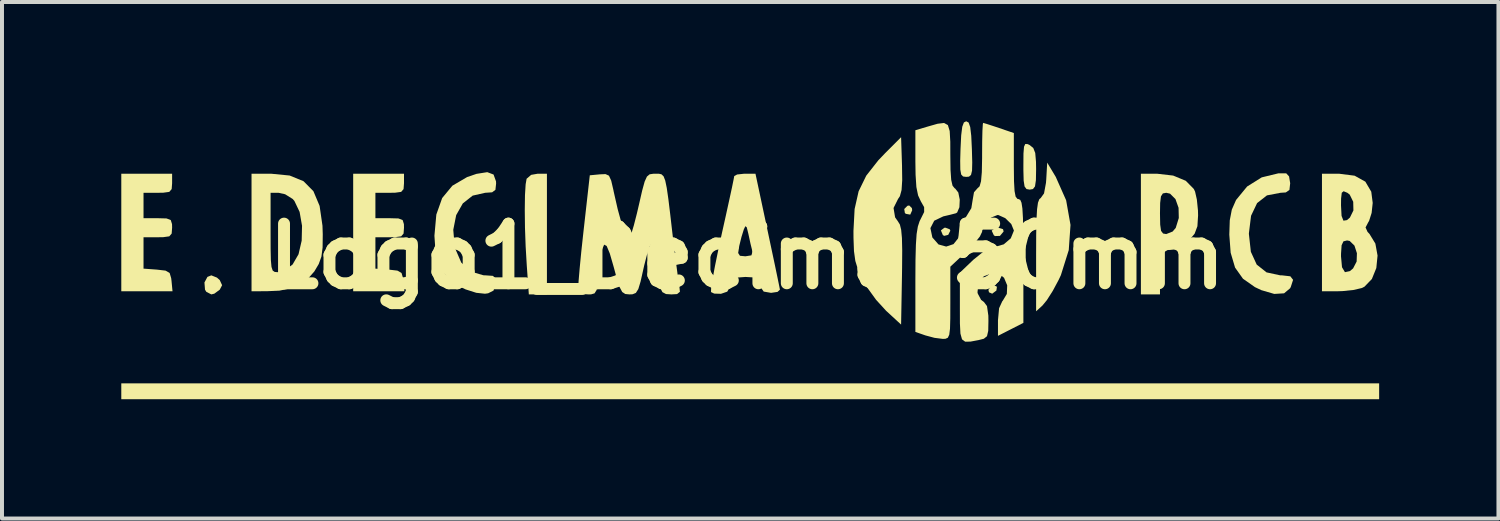
<source format=kicad_pcb>
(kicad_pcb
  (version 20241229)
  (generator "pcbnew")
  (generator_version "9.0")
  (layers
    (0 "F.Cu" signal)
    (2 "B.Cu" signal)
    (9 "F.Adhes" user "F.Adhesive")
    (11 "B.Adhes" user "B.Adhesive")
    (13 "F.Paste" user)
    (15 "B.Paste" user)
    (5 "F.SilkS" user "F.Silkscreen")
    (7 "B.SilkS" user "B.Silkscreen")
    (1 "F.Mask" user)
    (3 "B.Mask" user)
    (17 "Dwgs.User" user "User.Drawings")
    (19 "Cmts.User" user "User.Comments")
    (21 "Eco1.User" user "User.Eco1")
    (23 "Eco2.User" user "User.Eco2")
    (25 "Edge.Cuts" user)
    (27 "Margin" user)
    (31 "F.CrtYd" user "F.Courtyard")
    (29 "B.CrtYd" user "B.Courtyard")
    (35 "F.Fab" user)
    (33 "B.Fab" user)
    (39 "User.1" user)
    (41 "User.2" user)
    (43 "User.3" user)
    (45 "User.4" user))
  (footprint "Logo1_Decima 50mm"
    (layer "F.Cu")
    (at 15.735 3.395)
    (property "Reference" "Logo1_Decima 50mm" (at 0 0 0) (layer "F.SilkS") (effects (font (size 1.5 1.5) (thickness 0.3))))
    (attr board_only exclude_from_pos_files exclude_from_bom)
    (fp_poly (pts (xy 6.284 0.765) (xy 6.27 0.861) (xy 6.165 0.94) (xy 6.084 0.905) (xy 6.07 0.845) (xy 6.135 0.735) (xy 6.197 0.719)) (stroke (width 0) (type solid)) (fill yes) (layer "F.SilkS"))
    (fp_poly (pts (xy 4.145 -1.213) (xy 4.153 -1.158) (xy 4.104 -1.048) (xy 3.994 -1.068) (xy 3.969 -1.089) (xy 3.953 -1.189) (xy 4.034 -1.27) (xy 4.078 -1.278)) (stroke (width 0) (type solid)) (fill yes) (layer "F.SilkS"))
    (fp_poly (pts (xy 5.098 -0.678) (xy 5.112 -0.644) (xy 5.059 -0.539) (xy 4.957 -0.514) (xy 4.923 -0.535) (xy 4.875 -0.651) (xy 4.96 -0.717) (xy 4.992 -0.719)) (stroke (width 0) (type solid)) (fill yes) (layer "F.SilkS"))
    (fp_poly (pts (xy 6.437 -0.682) (xy 6.452 -0.624) (xy 6.359 -0.513) (xy 6.234 -0.509) (xy 6.205 -0.531) (xy 6.152 -0.645) (xy 6.242 -0.712) (xy 6.317 -0.719)) (stroke (width 0) (type solid)) (fill yes) (layer "F.SilkS"))
    (fp_poly (pts (xy 15.895 3.395) (xy 15.895 3.594) (xy 0.08 3.594) (xy -15.735 3.594) (xy -15.735 3.395) (xy -15.735 3.195) (xy 0.08 3.195) (xy 15.895 3.195)) (stroke (width 0) (type solid)) (fill yes) (layer "F.SilkS"))
    (fp_poly (pts (xy -13.329 0.536) (xy -13.259 0.599) (xy -13.2 0.727) (xy -13.259 0.839) (xy -13.396 0.94) (xy -13.471 0.958) (xy -13.596 0.894) (xy -13.63 0.839) (xy -13.644 0.658) (xy -13.569 0.518) (xy -13.471 0.479)) (stroke (width 0) (type solid)) (fill yes) (layer "F.SilkS"))
    (fp_poly (pts (xy -5.032 -0.559) (xy -5.032 0.958) (xy -5.26 0.958) (xy -5.487 0.958) (xy -5.539 0.227) (xy -5.567 -0.249) (xy -5.584 -0.723) (xy -5.589 -1.163) (xy -5.584 -1.537) (xy -5.567 -1.812) (xy -5.543 -1.95) (xy -5.429 -2.048) (xy -5.263 -2.077) (xy -5.032 -2.077)) (stroke (width 0) (type solid)) (fill yes) (layer "F.SilkS"))
    (fp_poly (pts (xy 5.572 -3.363) (xy 5.612 -3.251) (xy 5.638 -3.031) (xy 5.654 -2.696) (xy 5.663 -2.361) (xy 5.658 -2.154) (xy 5.632 -2.046) (xy 5.581 -2.003) (xy 5.511 -1.997) (xy 5.432 -2.007) (xy 5.385 -2.057) (xy 5.363 -2.179) (xy 5.36 -2.403) (xy 5.368 -2.696) (xy 5.385 -3.043) (xy 5.412 -3.258) (xy 5.453 -3.366) (xy 5.511 -3.395)) (stroke (width 0) (type solid)) (fill yes) (layer "F.SilkS"))
    (fp_poly (pts (xy 7.058 -2.821) (xy 7.109 -2.796) (xy 7.198 -2.723) (xy 7.247 -2.598) (xy 7.266 -2.378) (xy 7.269 -2.194) (xy 7.264 -1.914) (xy 7.241 -1.758) (xy 7.19 -1.691) (xy 7.109 -1.677) (xy 7.027 -1.691) (xy 6.979 -1.756) (xy 6.956 -1.903) (xy 6.949 -2.167) (xy 6.949 -2.279) (xy 6.951 -2.583) (xy 6.965 -2.756) (xy 6.997 -2.825)) (stroke (width 0) (type solid)) (fill yes) (layer "F.SilkS"))
    (fp_poly (pts (xy 7.763 -1.997) (xy 8.024 -1.409) (xy 8.134 -0.789) (xy 8.09 -0.156) (xy 7.892 0.474) (xy 7.836 0.593) (xy 7.688 0.869) (xy 7.539 1.103) (xy 7.43 1.236) (xy 7.269 1.383) (xy 7.269 -0.019) (xy 7.271 -0.539) (xy 7.278 -0.92) (xy 7.293 -1.183) (xy 7.316 -1.348) (xy 7.35 -1.437) (xy 7.384 -1.465) (xy 7.468 -1.581) (xy 7.517 -1.846) (xy 7.524 -1.933) (xy 7.548 -2.356)) (stroke (width 0) (type solid)) (fill yes) (layer "F.SilkS"))
    (fp_poly (pts (xy 3.897 -2.286) (xy 3.902 -1.914) (xy 3.886 -1.667) (xy 3.844 -1.512) (xy 3.797 -1.441) (xy 3.684 -1.215) (xy 3.723 -0.98) (xy 3.796 -0.876) (xy 3.844 -0.797) (xy 3.876 -0.666) (xy 3.895 -0.459) (xy 3.902 -0.151) (xy 3.899 0.282) (xy 3.896 0.488) (xy 3.874 1.717) (xy 3.496 1.369) (xy 3.245 1.094) (xy 3.008 0.766) (xy 2.897 0.57) (xy 2.789 0.331) (xy 2.723 0.116) (xy 2.689 -0.13) (xy 2.677 -0.459) (xy 2.676 -0.639) (xy 2.705 -1.188) (xy 2.806 -1.635) (xy 2.998 -2.028) (xy 3.302 -2.415) (xy 3.475 -2.596) (xy 3.874 -2.995)) (stroke (width 0) (type solid)) (fill yes) (layer "F.SilkS"))
    (fp_poly (pts (xy -14.457 -1.837) (xy -14.468 -1.69) (xy -14.528 -1.62) (xy -14.681 -1.599) (xy -14.817 -1.597) (xy -15.176 -1.597) (xy -15.176 -1.278) (xy -15.176 -0.958) (xy -14.817 -0.958) (xy -14.596 -0.952) (xy -14.491 -0.911) (xy -14.459 -0.809) (xy -14.457 -0.719) (xy -14.468 -0.572) (xy -14.528 -0.502) (xy -14.681 -0.481) (xy -14.817 -0.479) (xy -15.176 -0.479) (xy -15.176 -0.084) (xy -15.176 0.31) (xy -14.837 0.335) (xy -14.622 0.36) (xy -14.519 0.42) (xy -14.48 0.552) (xy -14.472 0.619) (xy -14.447 0.879) (xy -15.091 0.879) (xy -15.735 0.879) (xy -15.735 -0.599) (xy -15.735 -2.077) (xy -15.096 -2.077) (xy -14.457 -2.077)) (stroke (width 0) (type solid)) (fill yes) (layer "F.SilkS"))
    (fp_poly (pts (xy -8.626 -1.837) (xy -8.637 -1.69) (xy -8.697 -1.62) (xy -8.85 -1.599) (xy -8.986 -1.597) (xy -9.345 -1.597) (xy -9.345 -1.278) (xy -9.345 -0.958) (xy -8.986 -0.958) (xy -8.765 -0.952) (xy -8.66 -0.911) (xy -8.628 -0.809) (xy -8.626 -0.719) (xy -8.637 -0.572) (xy -8.697 -0.502) (xy -8.85 -0.481) (xy -8.986 -0.479) (xy -9.345 -0.479) (xy -9.345 -0.084) (xy -9.345 0.31) (xy -9.006 0.335) (xy -8.791 0.36) (xy -8.688 0.42) (xy -8.649 0.552) (xy -8.641 0.619) (xy -8.616 0.879) (xy -9.26 0.879) (xy -9.904 0.879) (xy -9.904 -0.599) (xy -9.904 -2.077) (xy -9.265 -2.077) (xy -8.626 -2.077)) (stroke (width 0) (type solid)) (fill yes) (layer "F.SilkS"))
    (fp_poly (pts (xy -6.374 -2.056) (xy -6.312 -1.884) (xy -6.31 -1.829) (xy -6.327 -1.672) (xy -6.41 -1.609) (xy -6.585 -1.597) (xy -6.899 -1.526) (xy -7.147 -1.33) (xy -7.314 -1.035) (xy -7.387 -0.666) (xy -7.352 -0.25) (xy -7.339 -0.196) (xy -7.187 0.156) (xy -6.947 0.384) (xy -6.629 0.477) (xy -6.574 0.479) (xy -6.39 0.492) (xy -6.322 0.555) (xy -6.325 0.699) (xy -6.375 0.862) (xy -6.51 0.93) (xy -6.59 0.941) (xy -6.808 0.918) (xy -7.077 0.832) (xy -7.187 0.781) (xy -7.509 0.566) (xy -7.719 0.29) (xy -7.831 -0.073) (xy -7.861 -0.517) (xy -7.813 -1.05) (xy -7.666 -1.465) (xy -7.41 -1.775) (xy -7.038 -1.993) (xy -6.803 -2.073) (xy -6.532 -2.116)) (stroke (width 0) (type solid)) (fill yes) (layer "F.SilkS"))
    (fp_poly (pts (xy 13.559 -2.086) (xy 13.63 -2.009) (xy 13.658 -1.837) (xy 13.639 -1.669) (xy 13.548 -1.606) (xy 13.414 -1.597) (xy 13.074 -1.532) (xy 12.826 -1.338) (xy 12.674 -1.019) (xy 12.62 -0.579) (xy 12.62 -0.559) (xy 12.669 -0.113) (xy 12.816 0.208) (xy 13.063 0.404) (xy 13.41 0.479) (xy 13.454 0.479) (xy 13.662 0.503) (xy 13.731 0.592) (xy 13.674 0.768) (xy 13.656 0.804) (xy 13.504 0.931) (xy 13.257 0.946) (xy 12.932 0.851) (xy 12.772 0.775) (xy 12.471 0.564) (xy 12.272 0.284) (xy 12.161 -0.09) (xy 12.127 -0.546) (xy 12.139 -0.906) (xy 12.19 -1.173) (xy 12.294 -1.41) (xy 12.3 -1.42) (xy 12.575 -1.755) (xy 12.943 -1.985) (xy 13.364 -2.087)) (stroke (width 0) (type solid)) (fill yes) (layer "F.SilkS"))
    (fp_poly (pts (xy 10.715 -2.03) (xy 11.032 -1.899) (xy 11.234 -1.694) (xy 11.266 -1.628) (xy 11.311 -1.428) (xy 11.339 -1.153) (xy 11.342 -1.027) (xy 11.325 -0.756) (xy 11.255 -0.568) (xy 11.109 -0.393) (xy 10.836 -0.201) (xy 10.629 -0.16) (xy 10.384 -0.16) (xy 10.384 0.399) (xy 10.384 0.958) (xy 10.144 0.958) (xy 9.904 0.958) (xy 9.904 -0.559) (xy 9.904 -1.078) (xy 10.384 -1.078) (xy 10.389 -0.797) (xy 10.411 -0.64) (xy 10.462 -0.573) (xy 10.541 -0.559) (xy 10.702 -0.623) (xy 10.78 -0.714) (xy 10.857 -0.963) (xy 10.851 -1.22) (xy 10.773 -1.439) (xy 10.637 -1.575) (xy 10.541 -1.597) (xy 10.456 -1.581) (xy 10.408 -1.506) (xy 10.388 -1.34) (xy 10.384 -1.078) (xy 9.904 -1.078) (xy 9.904 -2.077) (xy 10.308 -2.077)) (stroke (width 0) (type solid)) (fill yes) (layer "F.SilkS"))
    (fp_poly (pts (xy -11.961 -2.076) (xy -11.501 -2.031) (xy -11.152 -1.888) (xy -10.904 -1.637) (xy -10.748 -1.267) (xy -10.676 -0.769) (xy -10.669 -0.553) (xy -10.673 -0.221) (xy -10.703 0.009) (xy -10.77 0.194) (xy -10.881 0.381) (xy -11.101 0.631) (xy -11.383 0.787) (xy -11.76 0.864) (xy -12.081 0.878) (xy -12.46 0.879) (xy -12.46 -0.599) (xy -11.981 -0.599) (xy -11.98 -0.185) (xy -11.974 0.095) (xy -11.958 0.267) (xy -11.928 0.358) (xy -11.878 0.393) (xy -11.803 0.399) (xy -11.795 0.399) (xy -11.612 0.343) (xy -11.429 0.207) (xy -11.427 0.205) (xy -11.278 -0.052) (xy -11.199 -0.393) (xy -11.19 -0.767) (xy -11.251 -1.117) (xy -11.382 -1.392) (xy -11.426 -1.442) (xy -11.617 -1.561) (xy -11.781 -1.597) (xy -11.981 -1.597) (xy -11.981 -0.599) (xy -12.46 -0.599) (xy -12.46 -2.077)) (stroke (width 0) (type solid)) (fill yes) (layer "F.SilkS"))
    (fp_poly (pts (xy 0.514 -0.659) (xy 0.611 -0.201) (xy 0.697 0.204) (xy 0.765 0.531) (xy 0.81 0.751) (xy 0.827 0.839) (xy 0.767 0.895) (xy 0.605 0.919) (xy 0.603 0.919) (xy 0.419 0.887) (xy 0.332 0.764) (xy 0.319 0.719) (xy 0.264 0.587) (xy 0.148 0.53) (xy -0.04 0.519) (xy -0.25 0.535) (xy -0.354 0.6) (xy -0.399 0.719) (xy -0.498 0.889) (xy -0.655 0.943) (xy -0.825 0.938) (xy -0.906 0.899) (xy -0.903 0.803) (xy -0.868 0.577) (xy -0.807 0.248) (xy -0.739 -0.083) (xy -0.223 -0.083) (xy -0.178 -0.013) (xy -0.041 0) (xy 0.11 -0.024) (xy 0.137 -0.113) (xy 0.131 -0.14) (xy 0.088 -0.313) (xy 0.038 -0.544) (xy 0.035 -0.559) (xy -0.007 -0.729) (xy -0.042 -0.757) (xy -0.08 -0.679) (xy -0.14 -0.486) (xy -0.196 -0.26) (xy -0.223 -0.083) (xy -0.739 -0.083) (xy -0.724 -0.158) (xy -0.636 -0.563) (xy -0.535 -1.015) (xy -0.448 -1.412) (xy -0.379 -1.729) (xy -0.336 -1.94) (xy -0.322 -2.017) (xy -0.25 -2.057) (xy -0.078 -2.076) (xy -0.054 -2.077) (xy 0.212 -2.077)) (stroke (width 0) (type solid)) (fill yes) (layer "F.SilkS"))
    (fp_poly (pts (xy 15.278 -2.027) (xy 15.548 -1.877) (xy 15.697 -1.624) (xy 15.733 -1.342) (xy 15.706 -1.091) (xy 15.642 -0.89) (xy 15.619 -0.852) (xy 15.553 -0.725) (xy 15.604 -0.613) (xy 15.651 -0.564) (xy 15.8 -0.32) (xy 15.855 -0.018) (xy 15.824 0.295) (xy 15.712 0.571) (xy 15.526 0.764) (xy 15.454 0.799) (xy 15.247 0.847) (xy 14.97 0.875) (xy 14.851 0.879) (xy 14.457 0.879) (xy 14.457 0) (xy 14.936 0) (xy 14.961 0.275) (xy 15.035 0.399) (xy 15.16 0.372) (xy 15.24 0.304) (xy 15.329 0.132) (xy 15.336 -0.078) (xy 15.274 -0.269) (xy 15.154 -0.386) (xy 15.088 -0.399) (xy 14.997 -0.376) (xy 14.951 -0.278) (xy 14.937 -0.07) (xy 14.936 0) (xy 14.457 0) (xy 14.457 -0.599) (xy 14.457 -1.281) (xy 14.936 -1.281) (xy 14.95 -1.016) (xy 14.997 -0.896) (xy 15.085 -0.91) (xy 15.16 -0.974) (xy 15.248 -1.154) (xy 15.243 -1.371) (xy 15.155 -1.551) (xy 15.096 -1.597) (xy 15.002 -1.636) (xy 14.955 -1.598) (xy 14.938 -1.453) (xy 14.936 -1.281) (xy 14.457 -1.281) (xy 14.457 -2.077) (xy 14.885 -2.077)) (stroke (width 0) (type solid)) (fill yes) (layer "F.SilkS"))
    (fp_poly (pts (xy -2.22 -2.077) (xy -2.152 -2.062) (xy -2.099 -2.012) (xy -2.057 -1.905) (xy -2.019 -1.721) (xy -1.978 -1.438) (xy -1.929 -1.034) (xy -1.879 -0.599) (xy -1.828 -0.175) (xy -1.779 0.209) (xy -1.738 0.517) (xy -1.708 0.711) (xy -1.703 0.739) (xy -1.688 0.892) (xy -1.759 0.95) (xy -1.902 0.958) (xy -2.038 0.949) (xy -2.128 0.901) (xy -2.188 0.784) (xy -2.232 0.571) (xy -2.273 0.232) (xy -2.279 0.18) (xy -2.316 -0.079) (xy -2.361 -0.259) (xy -2.4 -0.319) (xy -2.447 -0.247) (xy -2.512 -0.055) (xy -2.584 0.221) (xy -2.606 0.319) (xy -2.677 0.635) (xy -2.734 0.824) (xy -2.796 0.921) (xy -2.879 0.955) (xy -2.957 0.958) (xy -3.062 0.948) (xy -3.138 0.898) (xy -3.203 0.777) (xy -3.275 0.557) (xy -3.352 0.271) (xy -3.451 -0.071) (xy -3.53 -0.26) (xy -3.593 -0.293) (xy -3.645 -0.17) (xy -3.69 0.11) (xy -3.718 0.376) (xy -3.749 0.675) (xy -3.783 0.849) (xy -3.835 0.932) (xy -3.921 0.957) (xy -3.99 0.958) (xy -4.163 0.946) (xy -4.244 0.921) (xy -4.248 0.833) (xy -4.235 0.613) (xy -4.207 0.285) (xy -4.167 -0.125) (xy -4.118 -0.577) (xy -3.954 -2.037) (xy -3.701 -2.061) (xy -3.558 -2.067) (xy -3.472 -2.027) (xy -3.416 -1.904) (xy -3.36 -1.664) (xy -3.353 -1.627) (xy -3.253 -1.188) (xy -3.156 -0.833) (xy -3.068 -0.582) (xy -2.996 -0.454) (xy -2.958 -0.449) (xy -2.914 -0.553) (xy -2.847 -0.776) (xy -2.769 -1.08) (xy -2.718 -1.298) (xy -2.637 -1.652) (xy -2.575 -1.878) (xy -2.517 -2.005) (xy -2.449 -2.062) (xy -2.356 -2.076) (xy -2.311 -2.077)) (stroke (width 0) (type solid)) (fill yes) (layer "F.SilkS"))
    (fp_poly (pts (xy 6.02 -3.331) (xy 6.205 -3.271) (xy 6.336 -3.227) (xy 6.709 -3.1) (xy 6.709 -2.269) (xy 6.713 -1.888) (xy 6.727 -1.641) (xy 6.754 -1.501) (xy 6.799 -1.444) (xy 6.829 -1.438) (xy 6.871 -1.418) (xy 6.902 -1.346) (xy 6.924 -1.202) (xy 6.938 -0.966) (xy 6.946 -0.618) (xy 6.949 -0.139) (xy 6.949 0.118) (xy 6.949 1.674) (xy 6.63 1.837) (xy 6.31 2) (xy 6.31 1.609) (xy 6.338 1.306) (xy 6.419 1.129) (xy 6.43 1.118) (xy 6.533 0.946) (xy 6.542 0.73) (xy 6.463 0.541) (xy 6.387 0.478) (xy 6.155 0.427) (xy 5.952 0.504) (xy 5.818 0.674) (xy 5.795 0.907) (xy 5.803 0.94) (xy 5.886 1.095) (xy 5.958 1.15) (xy 6.034 1.252) (xy 6.068 1.491) (xy 6.07 1.625) (xy 6.065 1.875) (xy 6.034 2.009) (xy 5.955 2.073) (xy 5.821 2.107) (xy 5.619 2.145) (xy 5.485 2.147) (xy 5.406 2.088) (xy 5.366 1.944) (xy 5.353 1.69) (xy 5.352 1.302) (xy 5.352 1.284) (xy 5.352 0.411) (xy 5.691 0.087) (xy 5.966 -0.135) (xy 6.194 -0.235) (xy 6.238 -0.239) (xy 6.456 -0.301) (xy 6.632 -0.452) (xy 6.709 -0.642) (xy 6.709 -0.653) (xy 6.644 -0.812) (xy 6.493 -0.96) (xy 6.321 -1.037) (xy 6.296 -1.038) (xy 6.136 -0.973) (xy 5.988 -0.819) (xy 5.912 -0.641) (xy 5.911 -0.616) (xy 5.855 -0.498) (xy 5.711 -0.316) (xy 5.511 -0.112) (xy 5.112 0.261) (xy 5.112 1.169) (xy 5.111 1.56) (xy 5.104 1.819) (xy 5.085 1.972) (xy 5.049 2.048) (xy 4.99 2.074) (xy 4.924 2.077) (xy 4.713 2.05) (xy 4.485 1.989) (xy 4.233 1.901) (xy 4.233 0.598) (xy 4.236 0.088) (xy 4.246 -0.289) (xy 4.264 -0.558) (xy 4.295 -0.747) (xy 4.339 -0.883) (xy 4.369 -0.942) (xy 4.454 -1.114) (xy 4.453 -1.236) (xy 4.369 -1.385) (xy 4.301 -1.532) (xy 4.258 -1.743) (xy 4.238 -2.052) (xy 4.233 -2.381) (xy 4.233 -3.17) (xy 4.542 -3.262) (xy 4.791 -3.333) (xy 4.954 -3.353) (xy 5.05 -3.3) (xy 5.096 -3.15) (xy 5.111 -2.881) (xy 5.112 -2.553) (xy 5.117 -2.171) (xy 5.134 -1.922) (xy 5.167 -1.778) (xy 5.219 -1.712) (xy 5.232 -1.706) (xy 5.312 -1.605) (xy 5.349 -1.425) (xy 5.34 -1.234) (xy 5.284 -1.102) (xy 5.252 -1.082) (xy 5.102 -1.043) (xy 4.935 -1.004) (xy 4.707 -0.895) (xy 4.611 -0.709) (xy 4.66 -0.474) (xy 4.815 -0.298) (xy 5.008 -0.245) (xy 5.192 -0.306) (xy 5.321 -0.468) (xy 5.352 -0.636) (xy 5.409 -0.856) (xy 5.511 -0.998) (xy 5.64 -1.21) (xy 5.671 -1.402) (xy 5.707 -1.61) (xy 5.791 -1.706) (xy 5.848 -1.76) (xy 5.884 -1.887) (xy 5.904 -2.115) (xy 5.911 -2.47) (xy 5.911 -2.553) (xy 5.913 -2.889) (xy 5.919 -3.156) (xy 5.929 -3.32) (xy 5.936 -3.355)) (stroke (width 0) (type solid)) (fill yes) (layer "F.SilkS")))
  (gr_rect
    (start -3 -3)
    (end 34.63 9.989)
    (stroke (width 0.1) (type default))
    (fill no)
    (layer "Edge.Cuts")))
</source>
